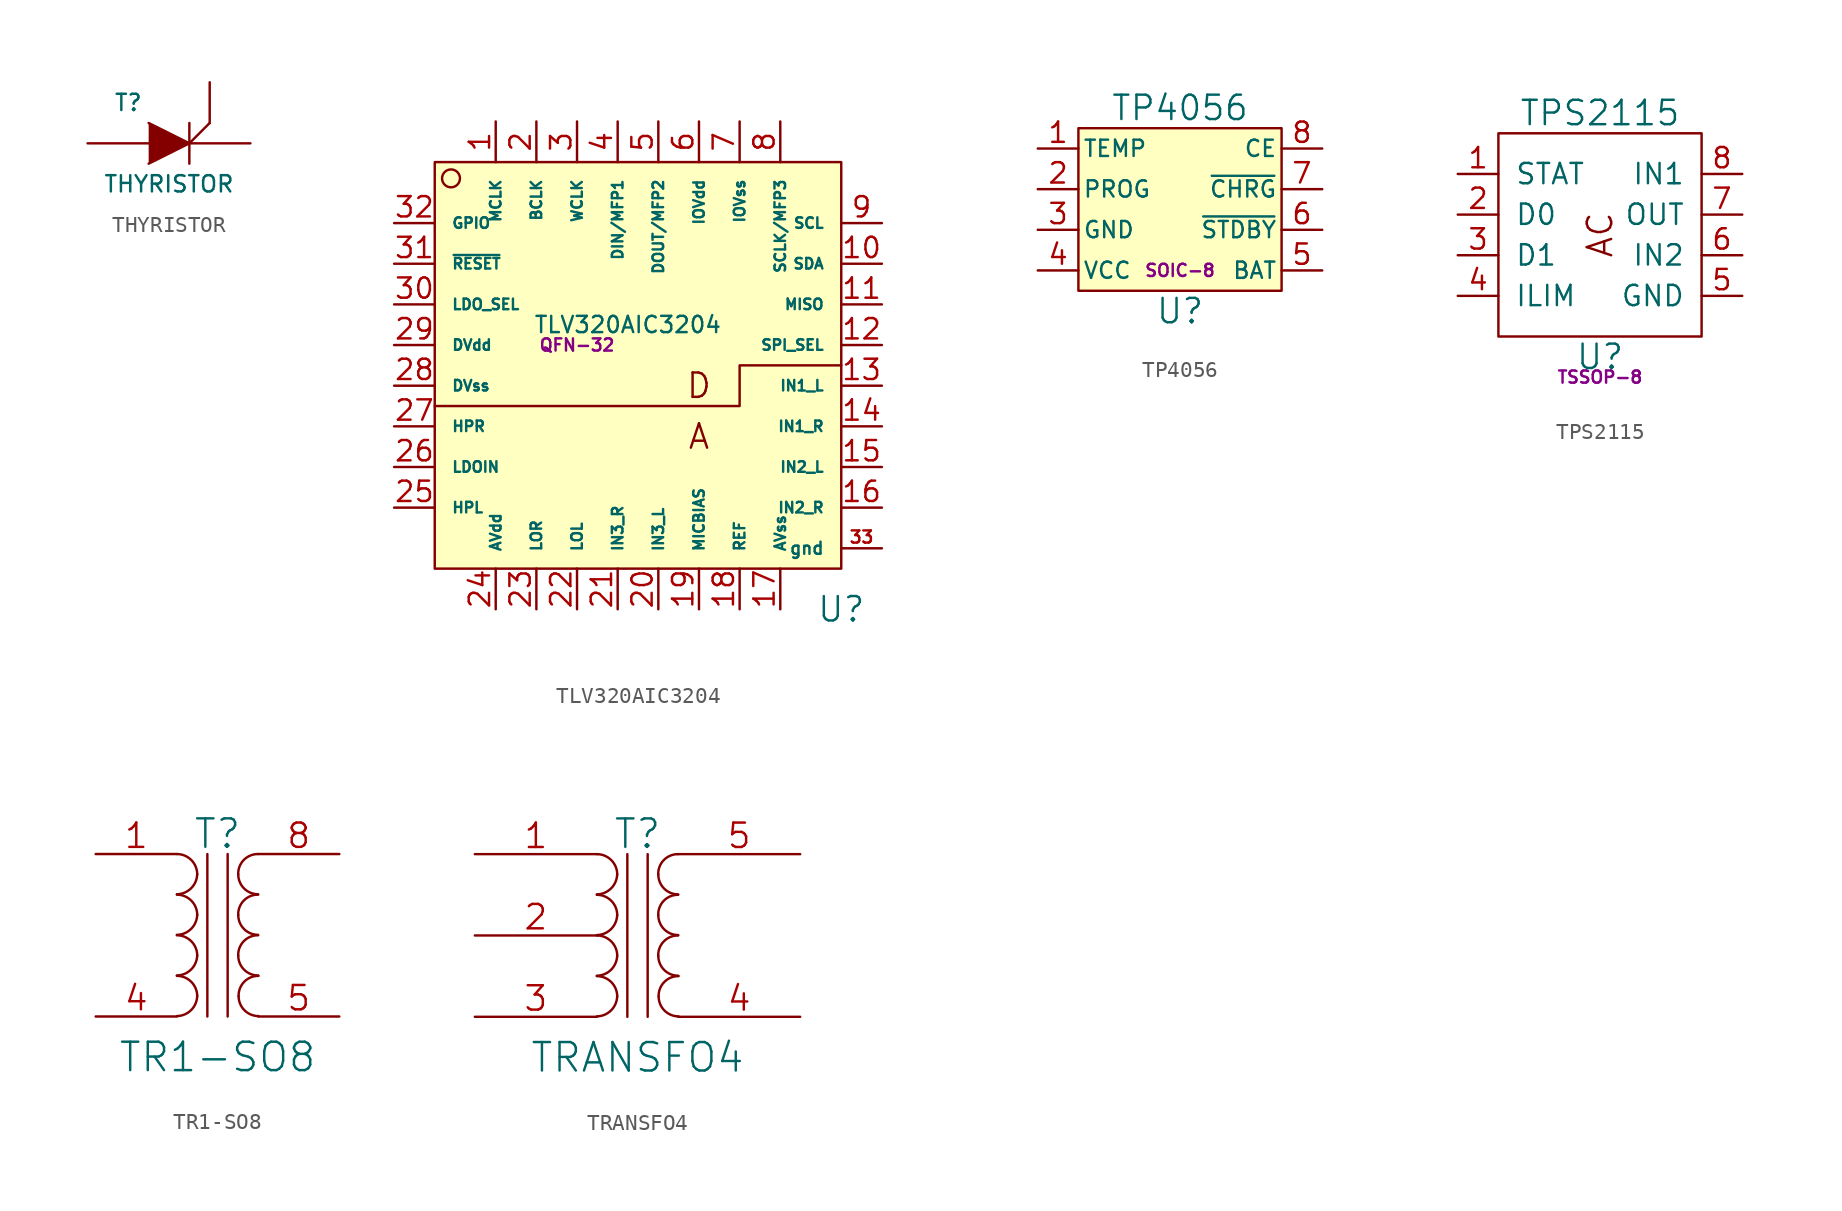
<source format=kicad_sym>
(kicad_symbol_lib
  (version 20220914)
  (generator kicad_symbol_editor)
  (symbol "THYRISTOR"
    (pin_numbers hide)
    (pin_names
      (offset 1.016) hide)
    (property "Reference" "T"
      (at -2.54 2.54 0)
      (effects (font (size 1.016 1.016))))
    (property "Value" "THYRISTOR"
      (at 0 -2.54 0)
      (effects (font (size 1.016 1.016))))
    (property "Footprint" ""
      (at 0 0 0)
      (effects (font (size 1.524 1.524))))
    (property "Datasheet" ""
      (at 0 0 0)
      (effects (font (size 1.524 1.524))))
    (symbol "THYRISTOR_0_1"
      (polyline (pts (xy 1.27 1.27) (xy 1.27 -1.27)) (stroke (width 0) (type default)) (fill (type none)))
      (polyline (pts (xy -1.27 1.27) (xy 1.27 0) (xy -1.27 -1.27)) (stroke (width 0) (type default)) (fill (type outline)))
      (polyline (pts (xy 1.27 0) (xy 2.54 1.27) (xy 2.54 1.27) (xy 2.54 1.27)) (stroke (width 0) (type default)) (fill (type none))))
    (symbol "THYRISTOR_1_1"
      (pin passive line (at -5.08 0 0) (length 3.81) (name "A" (effects (font (size 1.016 1.016)))) (number "A" (effects (font (size 1.016 1.016)))))
      (pin passive line (at 2.54 3.81 270) (length 2.54) (name "G" (effects (font (size 1.016 1.016)))) (number "G" (effects (font (size 1.016 1.016)))))
      (pin passive line (at 5.08 0 180) (length 3.81) (name "K" (effects (font (size 1.016 1.016)))) (number "K" (effects (font (size 1.016 1.016)))))))
  (symbol "TLV320AIC3204"
    (pin_names
      (offset 1.016))
    (property "Reference" "U"
      (at 12.7 -15.24 0)
      (effects (font (size 1.524 1.524))))
    (property "Value" "TLV320AIC3204"
      (at -0.635 2.54 0)
      (effects (font (size 1.016 1.016))))
    (property "Footprint" "QFN-32"
      (at -3.81 1.27 0)
      (effects (font (size 0.762 0.762))))
    (property "Datasheet" ""
      (at 0 0 0)
      (effects (font (size 1.524 1.524))))
    (symbol "TLV320AIC3204_0_0"
      (text "A" (at 3.81 -4.445 0) (effects (font (size 1.524 1.524))))
      (text "D" (at 3.81 -1.27 0) (effects (font (size 1.524 1.524)))))
    (symbol "TLV320AIC3204_0_1"
      (rectangle (start -12.7 12.7) (end 12.7 -12.7) (stroke (width 0) (type default)) (fill (type background)))
      (circle (center -11.684 11.684) (radius 0.559) (stroke (width 0) (type default)) (fill (type none)))
      (polyline (pts (xy 12.7 0) (xy 6.35 0) (xy 6.35 -2.54) (xy -12.7 -2.54)) (stroke (width 0) (type default)) (fill (type none))))
    (symbol "TLV320AIC3204_1_1"
      (pin input line (at -8.89 15.24 270) (length 2.54) (name "MCLK" (effects (font (size 0.66 0.66)))) (number "1" (effects (font (size 1.27 1.27)))))
      (pin input line (at 15.24 6.35 180) (length 2.54) (name "SDA" (effects (font (size 0.66 0.66)))) (number "10" (effects (font (size 1.27 1.27)))))
      (pin input line (at 15.24 3.81 180) (length 2.54) (name "MISO" (effects (font (size 0.66 0.66)))) (number "11" (effects (font (size 1.27 1.27)))))
      (pin input line (at 15.24 1.27 180) (length 2.54) (name "SPI_SEL" (effects (font (size 0.66 0.66)))) (number "12" (effects (font (size 1.27 1.27)))))
      (pin input line (at 15.24 -1.27 180) (length 2.54) (name "IN1_L" (effects (font (size 0.66 0.66)))) (number "13" (effects (font (size 1.27 1.27)))))
      (pin input line (at 15.24 -3.81 180) (length 2.54) (name "IN1_R" (effects (font (size 0.66 0.66)))) (number "14" (effects (font (size 1.27 1.27)))))
      (pin input line (at 15.24 -6.35 180) (length 2.54) (name "IN2_L" (effects (font (size 0.66 0.66)))) (number "15" (effects (font (size 1.27 1.27)))))
      (pin input line (at 15.24 -8.89 180) (length 2.54) (name "IN2_R" (effects (font (size 0.66 0.66)))) (number "16" (effects (font (size 1.27 1.27)))))
      (pin input line (at 8.89 -15.24 90) (length 2.54) (name "AVss" (effects (font (size 0.66 0.66)))) (number "17" (effects (font (size 1.27 1.27)))))
      (pin input line (at 6.35 -15.24 90) (length 2.54) (name "REF" (effects (font (size 0.66 0.66)))) (number "18" (effects (font (size 1.27 1.27)))))
      (pin input line (at 3.81 -15.24 90) (length 2.54) (name "MICBIAS" (effects (font (size 0.66 0.66)))) (number "19" (effects (font (size 1.27 1.27)))))
      (pin input line (at -6.35 15.24 270) (length 2.54) (name "BCLK" (effects (font (size 0.66 0.66)))) (number "2" (effects (font (size 1.27 1.27)))))
      (pin input line (at 1.27 -15.24 90) (length 2.54) (name "IN3_L" (effects (font (size 0.66 0.66)))) (number "20" (effects (font (size 1.27 1.27)))))
      (pin input line (at -1.27 -15.24 90) (length 2.54) (name "IN3_R" (effects (font (size 0.66 0.66)))) (number "21" (effects (font (size 1.27 1.27)))))
      (pin input line (at -3.81 -15.24 90) (length 2.54) (name "LOL" (effects (font (size 0.66 0.66)))) (number "22" (effects (font (size 1.27 1.27)))))
      (pin input line (at -6.35 -15.24 90) (length 2.54) (name "LOR" (effects (font (size 0.66 0.66)))) (number "23" (effects (font (size 1.27 1.27)))))
      (pin input line (at -8.89 -15.24 90) (length 2.54) (name "AVdd" (effects (font (size 0.66 0.66)))) (number "24" (effects (font (size 1.27 1.27)))))
      (pin input line (at -15.24 -8.89 0) (length 2.54) (name "HPL" (effects (font (size 0.66 0.66)))) (number "25" (effects (font (size 1.27 1.27)))))
      (pin input line (at -15.24 -6.35 0) (length 2.54) (name "LDOIN" (effects (font (size 0.66 0.66)))) (number "26" (effects (font (size 1.27 1.27)))))
      (pin input line (at -15.24 -3.81 0) (length 2.54) (name "HPR" (effects (font (size 0.66 0.66)))) (number "27" (effects (font (size 1.27 1.27)))))
      (pin input line (at -15.24 -1.27 0) (length 2.54) (name "DVss" (effects (font (size 0.66 0.66)))) (number "28" (effects (font (size 1.27 1.27)))))
      (pin input line (at -15.24 1.27 0) (length 2.54) (name "DVdd" (effects (font (size 0.66 0.66)))) (number "29" (effects (font (size 1.27 1.27)))))
      (pin input line (at -3.81 15.24 270) (length 2.54) (name "WCLK" (effects (font (size 0.66 0.66)))) (number "3" (effects (font (size 1.27 1.27)))))
      (pin input line (at -15.24 3.81 0) (length 2.54) (name "LDO_SEL" (effects (font (size 0.66 0.66)))) (number "30" (effects (font (size 1.27 1.27)))))
      (pin input line (at -15.24 6.35 0) (length 2.54) (name "~{RESET}" (effects (font (size 0.66 0.66)))) (number "31" (effects (font (size 1.27 1.27)))))
      (pin input line (at -15.24 8.89 0) (length 2.54) (name "GPIO" (effects (font (size 0.66 0.66)))) (number "32" (effects (font (size 1.27 1.27)))))
      (pin input line (at 15.24 -11.43 180) (length 2.54) (name "gnd" (effects (font (size 0.762 0.762)))) (number "33" (effects (font (size 0.762 0.762)))))
      (pin input line (at -1.27 15.24 270) (length 2.54) (name "DIN/MFP1" (effects (font (size 0.66 0.66)))) (number "4" (effects (font (size 1.27 1.27)))))
      (pin input line (at 1.27 15.24 270) (length 2.54) (name "DOUT/MFP2" (effects (font (size 0.66 0.66)))) (number "5" (effects (font (size 1.27 1.27)))))
      (pin input line (at 3.81 15.24 270) (length 2.54) (name "IOVdd" (effects (font (size 0.66 0.66)))) (number "6" (effects (font (size 1.27 1.27)))))
      (pin input line (at 6.35 15.24 270) (length 2.54) (name "IOVss" (effects (font (size 0.66 0.66)))) (number "7" (effects (font (size 1.27 1.27)))))
      (pin input line (at 8.89 15.24 270) (length 2.54) (name "SCLK/MFP3" (effects (font (size 0.66 0.66)))) (number "8" (effects (font (size 1.27 1.27)))))
      (pin input line (at 15.24 8.89 180) (length 2.54) (name "SCL" (effects (font (size 0.66 0.66)))) (number "9" (effects (font (size 1.27 1.27)))))))
  (symbol "TP4056"
    (pin_names
      (offset 0.254))
    (property "Reference" "U"
      (at 0 -6.35 0)
      (effects (font (size 1.524 1.524))))
    (property "Value" "TP4056"
      (at 0 6.35 0)
      (effects (font (size 1.524 1.524))))
    (property "Footprint" "SOIC-8"
      (at 0 -3.81 0)
      (effects (font (size 0.762 0.762))))
    (property "Datasheet" ""
      (at 0 0 0)
      (effects (font (size 1.524 1.524))))
    (symbol "TP4056_0_1"
      (rectangle (start -6.35 5.08) (end 6.35 -5.08) (stroke (width 0) (type default)) (fill (type background))))
    (symbol "TP4056_1_1"
      (pin bidirectional line (at -8.89 3.81 0) (length 2.54) (name "TEMP" (effects (font (size 1.016 1.016)))) (number "1" (effects (font (size 1.27 1.27)))))
      (pin bidirectional line (at -8.89 1.27 0) (length 2.54) (name "PROG" (effects (font (size 1.016 1.016)))) (number "2" (effects (font (size 1.27 1.27)))))
      (pin bidirectional line (at -8.89 -1.27 0) (length 2.54) (name "GND" (effects (font (size 1.016 1.016)))) (number "3" (effects (font (size 1.27 1.27)))))
      (pin bidirectional line (at -8.89 -3.81 0) (length 2.54) (name "VCC" (effects (font (size 1.016 1.016)))) (number "4" (effects (font (size 1.27 1.27)))))
      (pin bidirectional line (at 8.89 -3.81 180) (length 2.54) (name "BAT" (effects (font (size 1.016 1.016)))) (number "5" (effects (font (size 1.27 1.27)))))
      (pin bidirectional line (at 8.89 -1.27 180) (length 2.54) (name "~{STDBY}" (effects (font (size 1.016 1.016)))) (number "6" (effects (font (size 1.27 1.27)))))
      (pin bidirectional line (at 8.89 1.27 180) (length 2.54) (name "~{CHRG}" (effects (font (size 1.016 1.016)))) (number "7" (effects (font (size 1.27 1.27)))))
      (pin bidirectional line (at 8.89 3.81 180) (length 2.54) (name "CE" (effects (font (size 1.016 1.016)))) (number "8" (effects (font (size 1.27 1.27)))))))
  (symbol "TPS2115"
    (pin_names
      (offset 1.016))
    (property "Reference" "U"
      (at 0 -7.62 0)
      (effects (font (size 1.524 1.524))))
    (property "Value" "TPS2115"
      (at 0 7.62 0)
      (effects (font (size 1.524 1.524))))
    (property "Footprint" "TSSOP-8"
      (at 0 -8.89 0)
      (effects (font (size 0.762 0.762))))
    (property "Datasheet" ""
      (at 0 0 0)
      (effects (font (size 1.524 1.524))))
    (symbol "TPS2115_0_0"
      (text "AC" (at 0 0 900) (effects (font (size 1.524 1.524)))))
    (symbol "TPS2115_0_1"
      (polyline (pts (xy -6.35 -6.35) (xy -6.35 6.35) (xy 6.35 6.35) (xy 6.35 -6.35) (xy -6.35 -6.35) (xy -6.35 -6.35)) (stroke (width 0) (type default)) (fill (type none))))
    (symbol "TPS2115_1_1"
      (pin bidirectional line (at -8.89 3.81 0) (length 2.54) (name "STAT" (effects (font (size 1.27 1.27)))) (number "1" (effects (font (size 1.27 1.27)))))
      (pin passive line (at -8.89 1.27 0) (length 2.54) (name "D0" (effects (font (size 1.27 1.27)))) (number "2" (effects (font (size 1.27 1.27)))))
      (pin bidirectional line (at -8.89 -1.27 0) (length 2.54) (name "D1" (effects (font (size 1.27 1.27)))) (number "3" (effects (font (size 1.27 1.27)))))
      (pin bidirectional line (at -8.89 -3.81 0) (length 2.54) (name "ILIM" (effects (font (size 1.27 1.27)))) (number "4" (effects (font (size 1.27 1.27)))))
      (pin bidirectional line (at 8.89 -3.81 180) (length 2.54) (name "GND" (effects (font (size 1.27 1.27)))) (number "5" (effects (font (size 1.27 1.27)))))
      (pin bidirectional line (at 8.89 -1.27 180) (length 2.54) (name "IN2" (effects (font (size 1.27 1.27)))) (number "6" (effects (font (size 1.27 1.27)))))
      (pin bidirectional line (at 8.89 1.27 180) (length 2.54) (name "OUT" (effects (font (size 1.27 1.27)))) (number "7" (effects (font (size 1.27 1.27)))))
      (pin bidirectional line (at 8.89 3.81 180) (length 2.54) (name "IN1" (effects (font (size 1.27 1.27)))) (number "8" (effects (font (size 1.27 1.27)))))))
  (symbol "TR1-SO8"
    (pin_names
      (offset 1.016) hide)
    (property "Reference" "T"
      (at 0 6.35 0)
      (effects (font (size 1.778 1.778))))
    (property "Value" "TR1-SO8"
      (at 0 -7.62 0)
      (effects (font (size 1.778 1.778))))
    (property "Footprint" ""
      (at 0 0 0)
      (effects (font (size 1.524 1.524))))
    (property "Datasheet" ""
      (at 0 0 0)
      (effects (font (size 1.524 1.524))))
    (symbol "TR1-SO8_0_1"
      (arc (start -2.54 -5.0546) (mid -1.6599 -4.6901) (end -1.27 -3.81) (stroke (width 0) (type default)) (fill (type none)))
      (arc (start -2.54 -2.5146) (mid -1.6599 -2.1501) (end -1.27 -1.27) (stroke (width 0) (type default)) (fill (type none)))
      (arc (start -2.54 0.0254) (mid -1.6599 0.3899) (end -1.27 1.27) (stroke (width 0) (type default)) (fill (type none)))
      (arc (start -2.54 2.5654) (mid -1.6599 2.9299) (end -1.27 3.81) (stroke (width 0) (type default)) (fill (type none)))
      (arc (start -1.27 -3.81) (mid -1.642 -2.912) (end -2.54 -2.54) (stroke (width 0) (type default)) (fill (type none)))
      (arc (start -1.27 -1.27) (mid -1.642 -0.372) (end -2.54 0) (stroke (width 0) (type default)) (fill (type none)))
      (arc (start -1.27 1.27) (mid -1.642 2.168) (end -2.54 2.54) (stroke (width 0) (type default)) (fill (type none)))
      (arc (start -1.27 3.81) (mid -1.642 4.708) (end -2.54 5.08) (stroke (width 0) (type default)) (fill (type none)))
      (polyline (pts (xy -0.635 5.08) (xy -0.635 -5.08)) (stroke (width 0) (type default)) (fill (type none)))
      (polyline (pts (xy 0.635 -5.08) (xy 0.635 5.08)) (stroke (width 0) (type default)) (fill (type none)))
      (arc (start 1.2954 -1.27) (mid 1.6599 -2.1501) (end 2.54 -2.5146) (stroke (width 0) (type default)) (fill (type none)))
      (arc (start 1.2954 1.27) (mid 1.6599 0.3899) (end 2.54 0.0254) (stroke (width 0) (type default)) (fill (type none)))
      (arc (start 1.2954 3.81) (mid 1.6599 2.9299) (end 2.54 2.5654) (stroke (width 0) (type default)) (fill (type none)))
      (arc (start 1.3208 -3.81) (mid 1.6853 -4.6901) (end 2.5654 -5.0546) (stroke (width 0) (type default)) (fill (type none)))
      (arc (start 2.54 0) (mid 1.642 -0.372) (end 1.2954 -1.27) (stroke (width 0) (type default)) (fill (type none)))
      (arc (start 2.54 2.54) (mid 1.642 2.168) (end 1.2954 1.27) (stroke (width 0) (type default)) (fill (type none)))
      (arc (start 2.54 5.08) (mid 1.642 4.708) (end 1.2954 3.81) (stroke (width 0) (type default)) (fill (type none)))
      (arc (start 2.5654 -2.54) (mid 1.6674 -2.912) (end 1.3208 -3.81) (stroke (width 0) (type default)) (fill (type none))))
    (symbol "TR1-SO8_1_1"
      (pin passive line (at -7.62 5.08 0) (length 5.08) (name "AA" (effects (font (size 1.524 1.524)))) (number "1" (effects (font (size 1.524 1.524)))))
      (pin passive line (at -7.62 -5.08 0) (length 5.08) (name "AB" (effects (font (size 1.524 1.524)))) (number "4" (effects (font (size 1.524 1.524)))))
      (pin passive line (at 7.62 -5.08 180) (length 5.08) (name "SA" (effects (font (size 1.524 1.524)))) (number "5" (effects (font (size 1.524 1.524)))))
      (pin passive line (at 7.62 5.08 180) (length 5.08) (name "SB" (effects (font (size 1.524 1.524)))) (number "8" (effects (font (size 1.524 1.524)))))))
  (symbol "TRANSFO4"
    (pin_names
      (offset 1.016) hide)
    (property "Reference" "T"
      (at 0 6.35 0)
      (effects (font (size 1.778 1.778))))
    (property "Value" "TRANSFO4"
      (at 0 -7.62 0)
      (effects (font (size 1.778 1.778))))
    (property "Footprint" ""
      (at 0 0 0)
      (effects (font (size 1.524 1.524))))
    (property "Datasheet" ""
      (at 0 0 0)
      (effects (font (size 1.524 1.524))))
    (symbol "TRANSFO4_0_1"
      (arc (start -2.54 -5.0546) (mid -1.6599 -4.6901) (end -1.27 -3.81) (stroke (width 0) (type default)) (fill (type none)))
      (arc (start -2.54 -2.5146) (mid -1.6599 -2.1501) (end -1.27 -1.27) (stroke (width 0) (type default)) (fill (type none)))
      (arc (start -2.54 0.0254) (mid -1.6599 0.3899) (end -1.27 1.27) (stroke (width 0) (type default)) (fill (type none)))
      (arc (start -2.54 2.5654) (mid -1.6599 2.9299) (end -1.27 3.81) (stroke (width 0) (type default)) (fill (type none)))
      (arc (start -1.27 -3.81) (mid -1.642 -2.912) (end -2.54 -2.54) (stroke (width 0) (type default)) (fill (type none)))
      (arc (start -1.27 -1.27) (mid -1.642 -0.372) (end -2.54 0) (stroke (width 0) (type default)) (fill (type none)))
      (arc (start -1.27 1.27) (mid -1.642 2.168) (end -2.54 2.54) (stroke (width 0) (type default)) (fill (type none)))
      (arc (start -1.27 3.81) (mid -1.642 4.708) (end -2.54 5.08) (stroke (width 0) (type default)) (fill (type none)))
      (polyline (pts (xy -0.635 5.08) (xy -0.635 -5.08)) (stroke (width 0) (type default)) (fill (type none)))
      (polyline (pts (xy 0.635 -5.08) (xy 0.635 5.08)) (stroke (width 0) (type default)) (fill (type none)))
      (arc (start 1.2954 -1.27) (mid 1.6599 -2.1501) (end 2.54 -2.5146) (stroke (width 0) (type default)) (fill (type none)))
      (arc (start 1.2954 1.27) (mid 1.6599 0.3899) (end 2.54 0.0254) (stroke (width 0) (type default)) (fill (type none)))
      (arc (start 1.2954 3.81) (mid 1.6599 2.9299) (end 2.54 2.5654) (stroke (width 0) (type default)) (fill (type none)))
      (arc (start 1.3208 -3.81) (mid 1.6853 -4.6901) (end 2.5654 -5.0546) (stroke (width 0) (type default)) (fill (type none)))
      (arc (start 2.54 0) (mid 1.642 -0.372) (end 1.2954 -1.27) (stroke (width 0) (type default)) (fill (type none)))
      (arc (start 2.54 2.54) (mid 1.642 2.168) (end 1.2954 1.27) (stroke (width 0) (type default)) (fill (type none)))
      (arc (start 2.54 5.08) (mid 1.642 4.708) (end 1.2954 3.81) (stroke (width 0) (type default)) (fill (type none)))
      (arc (start 2.5654 -2.54) (mid 1.6674 -2.912) (end 1.3208 -3.81) (stroke (width 0) (type default)) (fill (type none))))
    (symbol "TRANSFO4_1_1"
      (pin passive line (at -10.16 5.08 0) (length 7.62) (name "PR1" (effects (font (size 1.524 1.524)))) (number "1" (effects (font (size 1.524 1.524)))))
      (pin passive line (at -10.16 0 0) (length 7.62) (name "PM" (effects (font (size 1.524 1.524)))) (number "2" (effects (font (size 1.524 1.524)))))
      (pin passive line (at -10.16 -5.08 0) (length 7.62) (name "PR2" (effects (font (size 1.524 1.524)))) (number "3" (effects (font (size 1.524 1.524)))))
      (pin passive line (at 10.16 -5.08 180) (length 7.62) (name "S1" (effects (font (size 1.524 1.524)))) (number "4" (effects (font (size 1.524 1.524)))))
      (pin passive line (at 10.16 5.08 180) (length 7.62) (name "S2" (effects (font (size 1.524 1.524)))) (number "5" (effects (font (size 1.524 1.524))))))))
</source>
